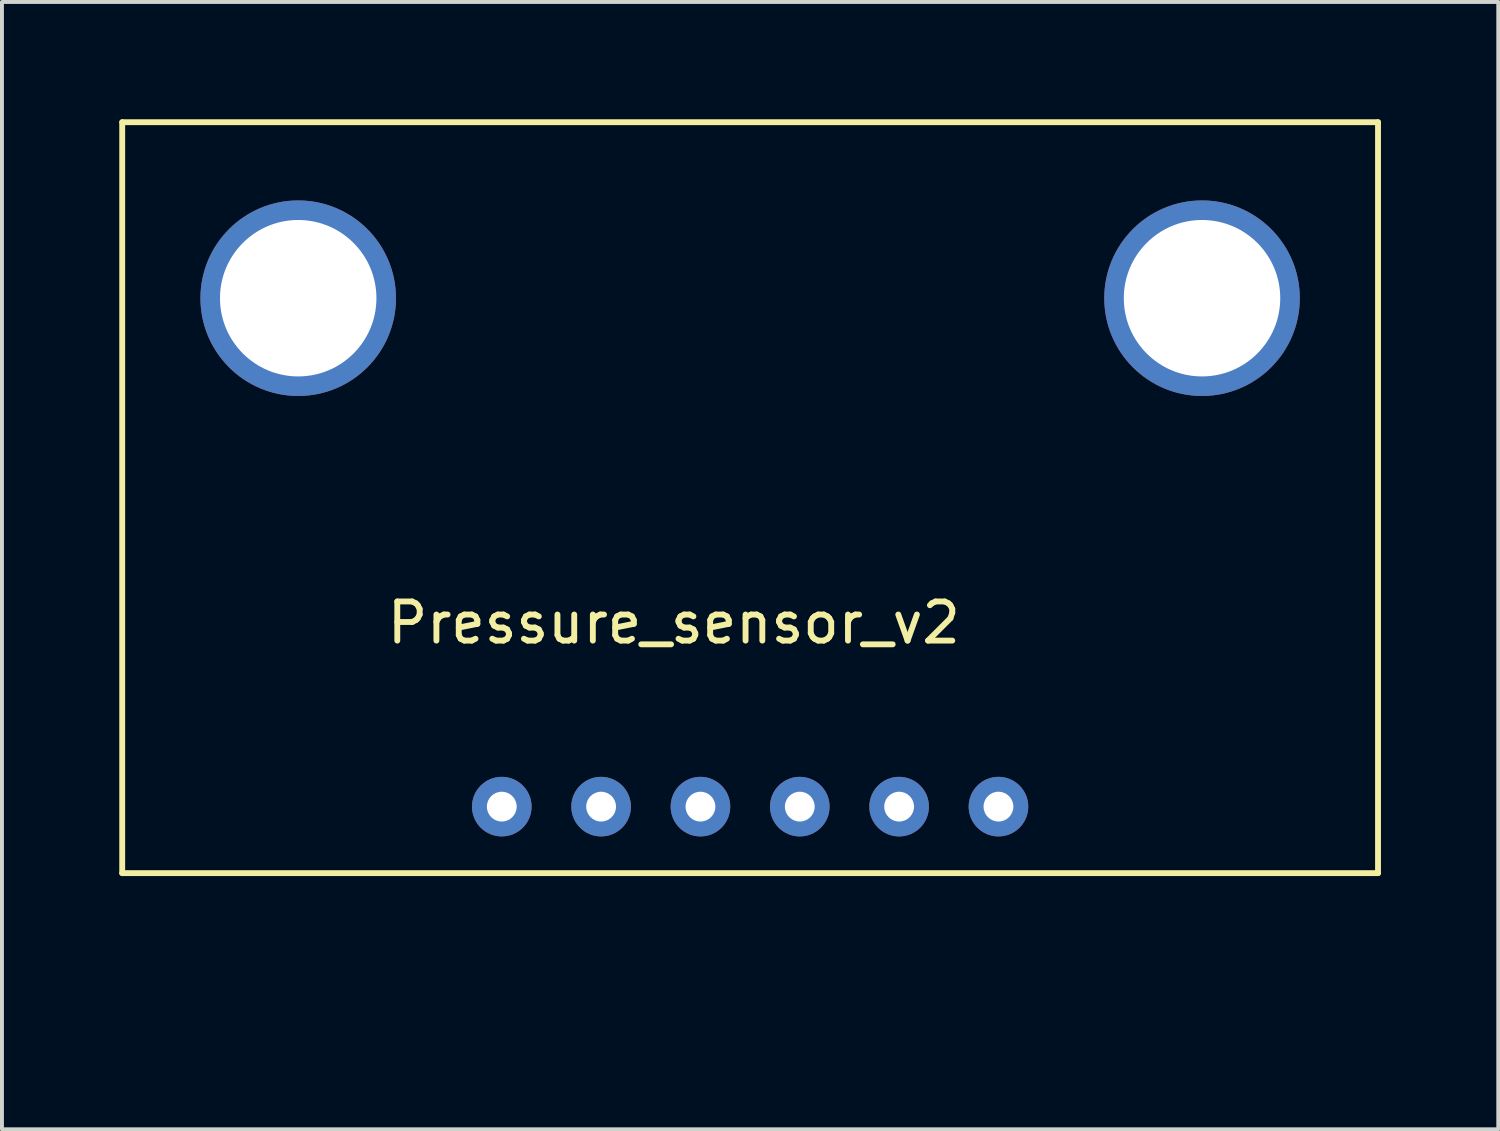
<source format=kicad_pcb>
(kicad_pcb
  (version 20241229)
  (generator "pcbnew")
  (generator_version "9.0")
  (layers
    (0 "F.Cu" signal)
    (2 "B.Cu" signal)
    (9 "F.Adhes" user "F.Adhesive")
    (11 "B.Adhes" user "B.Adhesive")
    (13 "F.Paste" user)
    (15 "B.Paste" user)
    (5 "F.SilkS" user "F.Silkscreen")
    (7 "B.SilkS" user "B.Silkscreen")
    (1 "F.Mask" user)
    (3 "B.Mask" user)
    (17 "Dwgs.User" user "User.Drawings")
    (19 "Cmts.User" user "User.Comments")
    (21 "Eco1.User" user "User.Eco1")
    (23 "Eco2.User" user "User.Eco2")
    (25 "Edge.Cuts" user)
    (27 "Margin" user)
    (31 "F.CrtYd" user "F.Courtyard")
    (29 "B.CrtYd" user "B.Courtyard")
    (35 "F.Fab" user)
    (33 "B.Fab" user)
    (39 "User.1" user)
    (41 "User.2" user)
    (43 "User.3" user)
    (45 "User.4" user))
  (footprint "Pressure_sensor_v2"
    (layer "F.Cu")
    (at 9.08 22.575)
    (property "Reference" "Pressure_sensor_v2" (at 5.1 -9.7 0) (layer "F.SilkS") (effects (font (size 1 1) (thickness 0.15))))
    (attr through_hole)
    (fp_line (start -9.005 -22.5) (end -9.005 -3.3) (stroke (width 0.15) (type solid)) (layer "F.SilkS"))
    (fp_line (start -9.005 -22.5) (end 23.105 -22.5) (stroke (width 0.15) (type solid)) (layer "F.SilkS"))
    (fp_line (start -9.005 -3.3) (end 23.105 -3.3) (stroke (width 0.15) (type solid)) (layer "F.SilkS"))
    (fp_line (start 23.105 -22.5) (end 23.105 -3.3) (stroke (width 0.15) (type solid)) (layer "F.SilkS"))
    (pad "" np_thru_hole circle (at -4.505 -18) (size 5 5) (drill 4) (layers "*.Cu" "*.Mask"))
    (pad "" np_thru_hole circle (at 18.605 -18) (size 5 5) (drill 4) (layers "*.Cu" "*.Mask"))
    (pad "1" thru_hole circle (at 0.7 -5) (size 1.524 1.524) (drill 0.762) (layers "*.Cu" "*.Mask"))
    (pad "2" thru_hole circle (at 3.24 -5) (size 1.524 1.524) (drill 0.762) (layers "*.Cu" "*.Mask"))
    (pad "3" thru_hole circle (at 5.78 -5) (size 1.524 1.524) (drill 0.762) (layers "*.Cu" "*.Mask"))
    (pad "4" thru_hole circle (at 8.32 -5) (size 1.524 1.524) (drill 0.762) (layers "*.Cu" "*.Mask"))
    (pad "5" thru_hole circle (at 10.86 -5) (size 1.524 1.524) (drill 0.762) (layers "*.Cu" "*.Mask"))
    (pad "6" thru_hole circle (at 13.4 -5) (size 1.524 1.524) (drill 0.762) (layers "*.Cu" "*.Mask")))
  (gr_rect
    (start -3 -3)
    (end 35.26 25.825)
    (stroke (width 0.1) (type default))
    (fill no)
    (layer "Edge.Cuts")))
</source>
